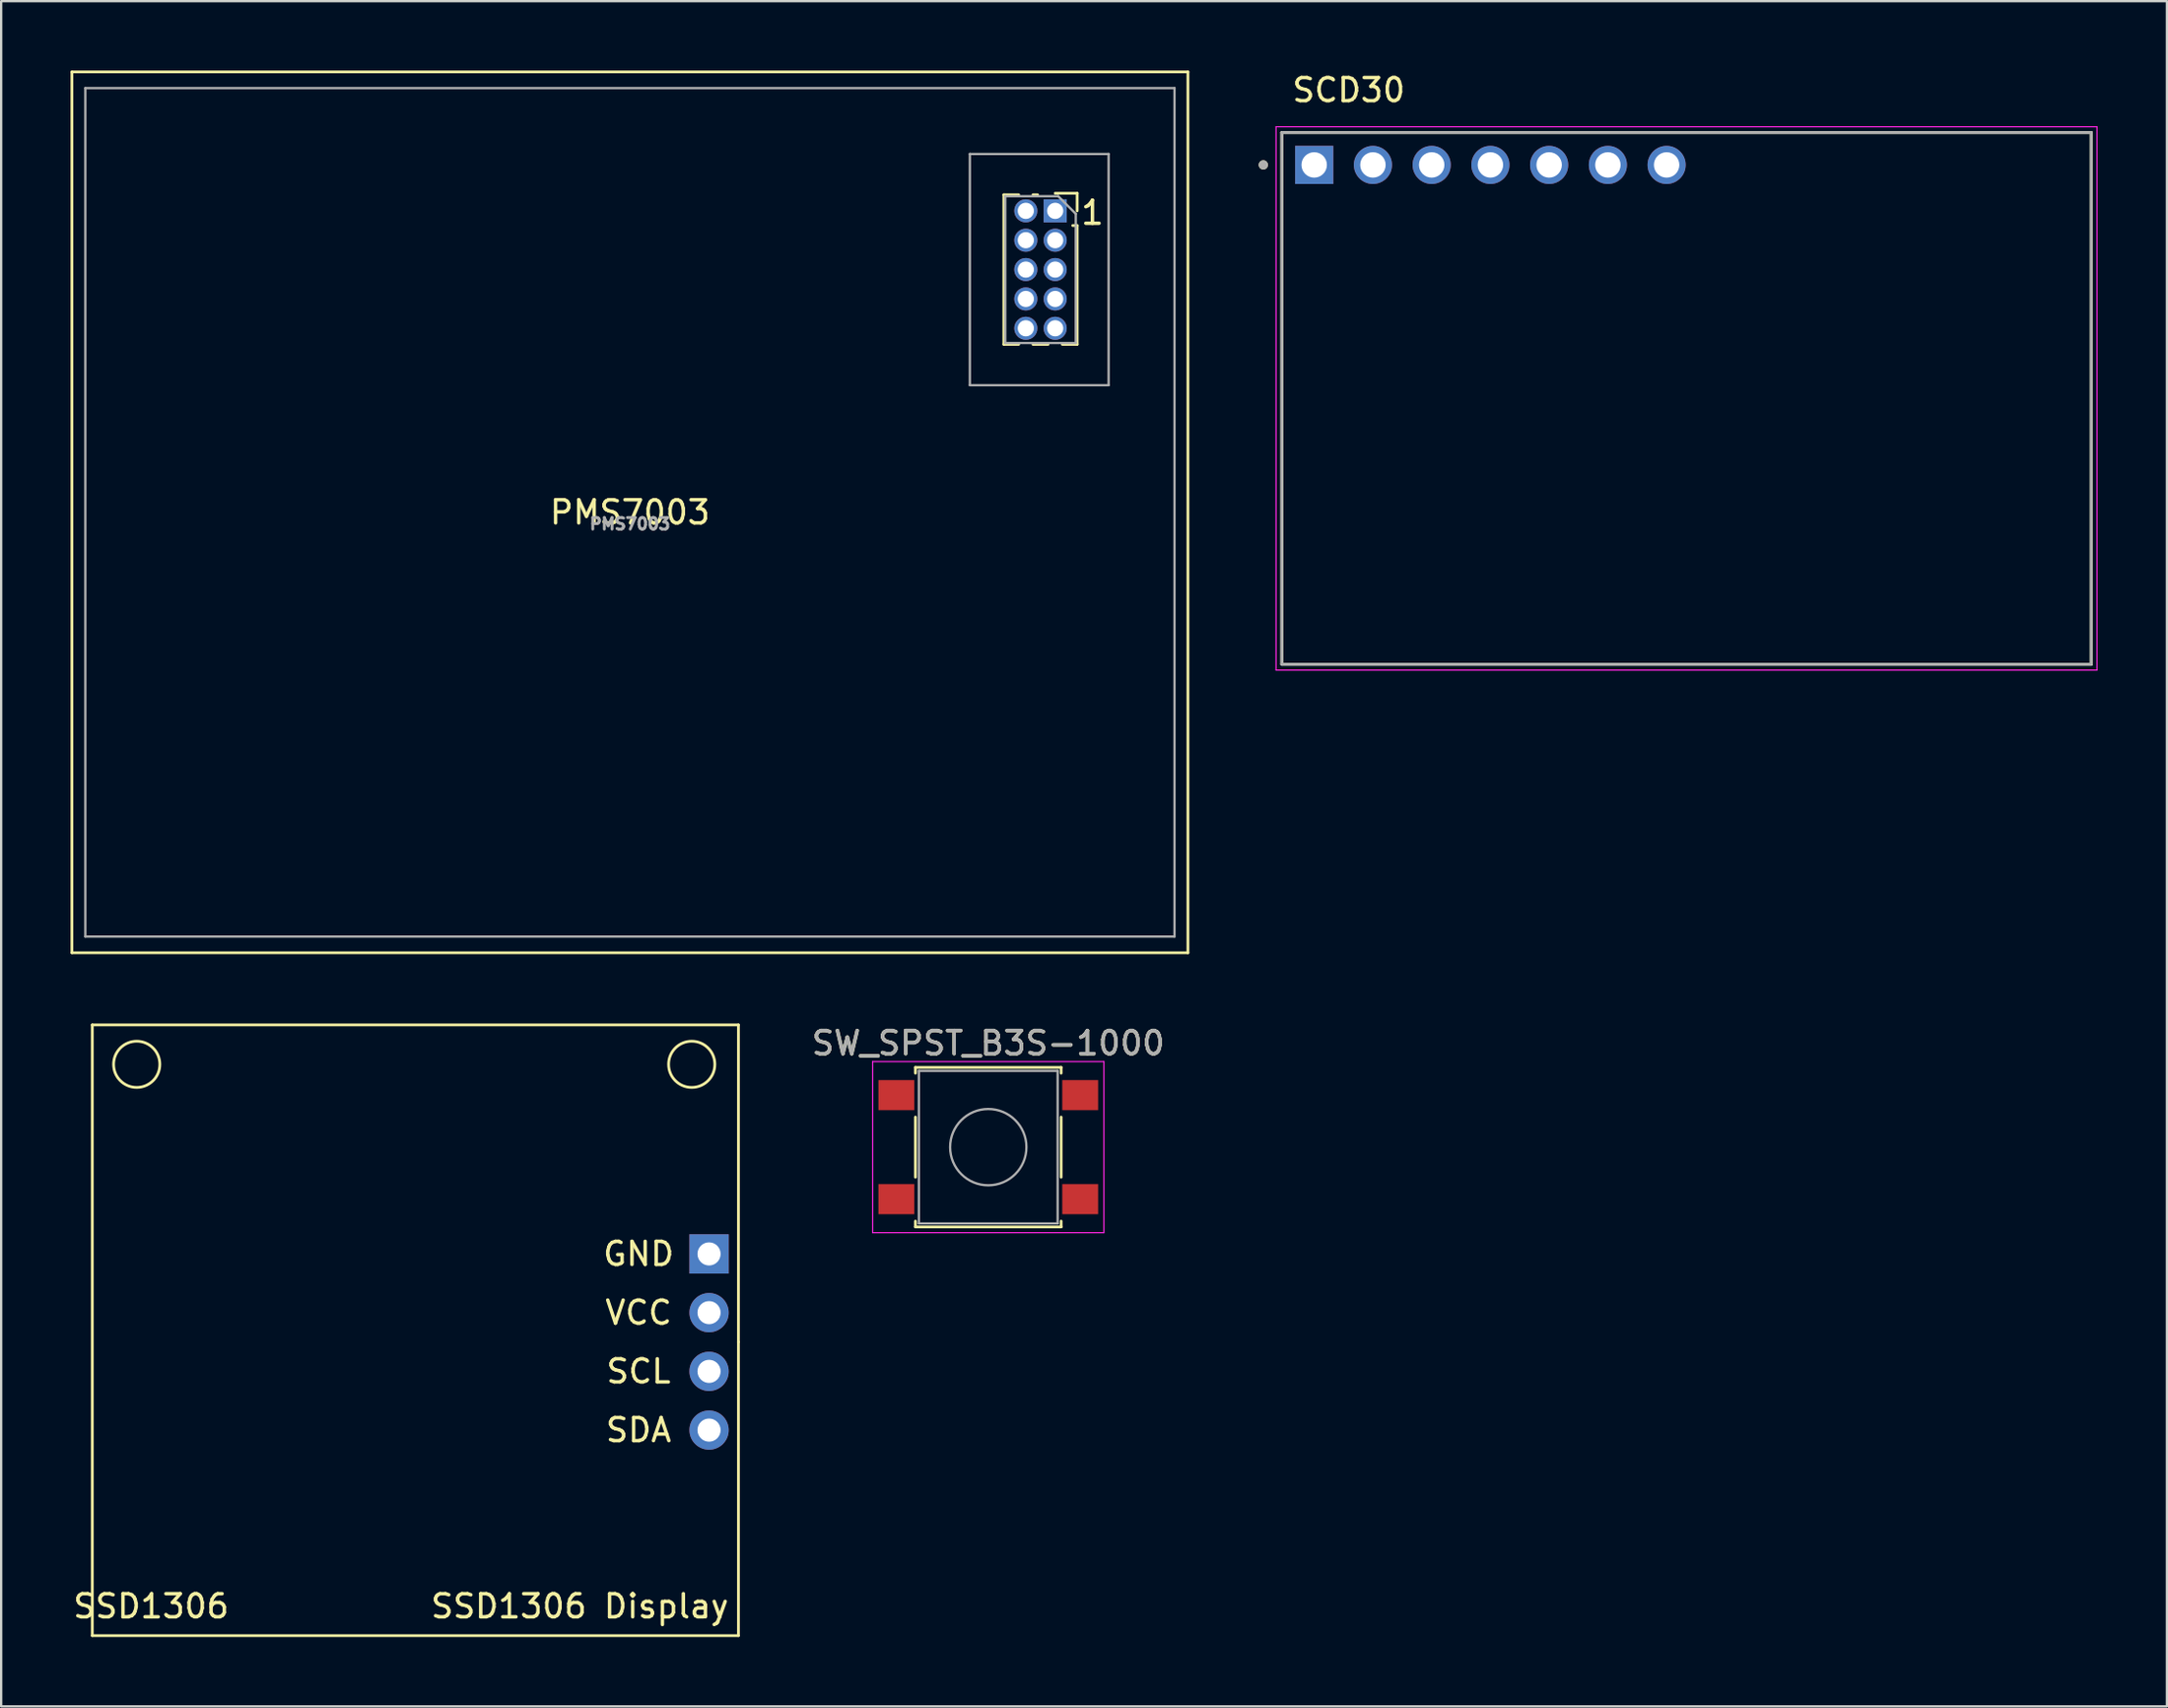
<source format=kicad_pcb>
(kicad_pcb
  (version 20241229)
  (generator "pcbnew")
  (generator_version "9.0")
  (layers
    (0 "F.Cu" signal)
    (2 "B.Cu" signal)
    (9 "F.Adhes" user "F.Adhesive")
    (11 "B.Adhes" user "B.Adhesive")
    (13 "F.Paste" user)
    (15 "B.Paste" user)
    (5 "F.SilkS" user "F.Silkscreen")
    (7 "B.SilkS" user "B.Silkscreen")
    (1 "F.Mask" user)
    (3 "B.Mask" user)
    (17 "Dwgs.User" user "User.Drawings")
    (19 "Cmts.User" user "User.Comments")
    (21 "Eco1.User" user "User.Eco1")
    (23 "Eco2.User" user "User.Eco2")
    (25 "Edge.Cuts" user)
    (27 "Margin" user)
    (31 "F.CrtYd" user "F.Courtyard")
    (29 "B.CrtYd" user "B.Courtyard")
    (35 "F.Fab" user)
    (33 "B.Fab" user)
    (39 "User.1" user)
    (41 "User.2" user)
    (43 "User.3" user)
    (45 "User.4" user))
  (footprint "SSD1306"
    (layer "F.Cu")
    (at 27.612 51.186)
    (property "Reference" "SSD1306" (at -24.13 15.24 0) (layer "F.SilkS") (effects (font (size 1 1) (thickness 0.15))))
    (attr through_hole)
    (fp_line (start -26.67 -9.906) (end -26.67 16.51) (stroke (width 0.12) (type solid)) (layer "F.SilkS"))
    (fp_line (start 1.27 -9.906) (end -26.67 -9.906) (stroke (width 0.12) (type solid)) (layer "F.SilkS"))
    (fp_line (start 1.27 3.81) (end 1.27 -9.906) (stroke (width 0.12) (type solid)) (layer "F.SilkS"))
    (fp_line (start 1.27 3.81) (end 1.27 16.51) (stroke (width 0.12) (type solid)) (layer "F.SilkS"))
    (fp_line (start 1.27 16.51) (end -26.67 16.51) (stroke (width 0.12) (type solid)) (layer "F.SilkS"))
    (fp_circle (center -24.75 -8.2) (end -23.75 -8.2) (stroke (width 0.12) (type solid)) (fill no) (layer "F.SilkS"))
    (fp_circle (center -0.75 -8.2) (end 0.25 -8.2) (stroke (width 0.12) (type solid)) (fill no) (layer "F.SilkS"))
    (fp_text user "SCL" (at -3.048 5.08 0) (layer "F.SilkS") (effects (font (size 1 1) (thickness 0.15))))
    (fp_text user "GND" (at -3.048 0 0) (layer "F.SilkS") (effects (font (size 1 1) (thickness 0.15))))
    (fp_text user "SDA" (at -3.048 7.62 0) (layer "F.SilkS") (effects (font (size 1 1) (thickness 0.15))))
    (fp_text user "VCC" (at -3.048 2.54 0) (layer "F.SilkS") (effects (font (size 1 1) (thickness 0.15))))
    (fp_text user "SSD1306 Display" (at -5.588 15.24 0) (layer "F.SilkS") (effects (font (size 1 1) (thickness 0.15))))
    (pad "1" thru_hole rect (at 0 0) (size 1.7 1.7) (drill 1) (layers "*.Cu" "*.Mask"))
    (pad "2" thru_hole circle (at 0 2.54) (size 1.7 1.7) (drill 1) (layers "*.Cu" "*.Mask"))
    (pad "3" thru_hole circle (at 0 5.08) (size 1.7 1.7) (drill 1) (layers "*.Cu" "*.Mask"))
    (pad "4" thru_hole circle (at 0 7.62) (size 1.7 1.7) (drill 1) (layers "*.Cu" "*.Mask")))
  (footprint "SW_SPST_B3S-1000"
    (layer "F.Cu")
    (at 39.686 46.568)
    (property "Reference" "SW_SPST_B3S-1000" (at 0 -4.5 0) (layer "F.SilkS") (effects (font (size 1 1) (thickness 0.15))))
    (attr smd)
    (fp_line (start -3.15 -3.45) (end 3.15 -3.45) (stroke (width 0.12) (type solid)) (layer "F.SilkS"))
    (fp_line (start -3.15 -3.2) (end -3.15 -3.45) (stroke (width 0.12) (type solid)) (layer "F.SilkS"))
    (fp_line (start -3.15 1.3) (end -3.15 -1.3) (stroke (width 0.12) (type solid)) (layer "F.SilkS"))
    (fp_line (start -3.15 3.45) (end -3.15 3.2) (stroke (width 0.12) (type solid)) (layer "F.SilkS"))
    (fp_line (start 3.15 -3.45) (end 3.15 -3.2) (stroke (width 0.12) (type solid)) (layer "F.SilkS"))
    (fp_line (start 3.15 -1.3) (end 3.15 1.3) (stroke (width 0.12) (type solid)) (layer "F.SilkS"))
    (fp_line (start 3.15 3.2) (end 3.15 3.45) (stroke (width 0.12) (type solid)) (layer "F.SilkS"))
    (fp_line (start 3.15 3.45) (end -3.15 3.45) (stroke (width 0.12) (type solid)) (layer "F.SilkS"))
    (fp_line (start -5 -3.7) (end -5 3.7) (stroke (width 0.05) (type solid)) (layer "F.CrtYd"))
    (fp_line (start -5 3.7) (end 5 3.7) (stroke (width 0.05) (type solid)) (layer "F.CrtYd"))
    (fp_line (start 5 -3.7) (end -5 -3.7) (stroke (width 0.05) (type solid)) (layer "F.CrtYd"))
    (fp_line (start 5 3.7) (end 5 -3.7) (stroke (width 0.05) (type solid)) (layer "F.CrtYd"))
    (fp_line (start -3 -3.3) (end 3 -3.3) (stroke (width 0.1) (type solid)) (layer "F.Fab"))
    (fp_line (start -3 3.3) (end -3 -3.3) (stroke (width 0.1) (type solid)) (layer "F.Fab"))
    (fp_line (start 3 -3.3) (end 3 3.3) (stroke (width 0.1) (type solid)) (layer "F.Fab"))
    (fp_line (start 3 3.3) (end -3 3.3) (stroke (width 0.1) (type solid)) (layer "F.Fab"))
    (fp_circle (center 0 0) (end 1.65 0) (stroke (width 0.1) (type solid)) (fill no) (layer "F.Fab"))
    (fp_text user "${REFERENCE}" (at 0 -4.5 0) (layer "F.Fab") (effects (font (size 1 1) (thickness 0.15))))
    (pad "1" smd rect (at -3.975 -2.25) (size 1.55 1.3) (layers "F.Cu" "F.Mask" "F.Paste"))
    (pad "1" smd rect (at 3.975 -2.25) (size 1.55 1.3) (layers "F.Cu" "F.Mask" "F.Paste"))
    (pad "2" smd rect (at -3.975 2.25) (size 1.55 1.3) (layers "F.Cu" "F.Mask" "F.Paste"))
    (pad "2" smd rect (at 3.975 2.25) (size 1.55 1.3) (layers "F.Cu" "F.Mask" "F.Paste")))
  (footprint "SCD30"
    (layer "F.Cu")
    (at 69.88 14.183)
    (property "Reference" "SCD30" (at -14.605 -13.335 0) (layer "F.SilkS") (effects (font (size 1 1) (thickness 0.15))))
    (attr through_hole)
    (fp_line (start -17.5 -11.5) (end 17.5 -11.5) (stroke (width 0.127) (type solid)) (layer "F.SilkS"))
    (fp_line (start -17.5 11.5) (end -17.5 -11.5) (stroke (width 0.127) (type solid)) (layer "F.SilkS"))
    (fp_line (start 17.5 -11.5) (end 17.5 11.5) (stroke (width 0.127) (type solid)) (layer "F.SilkS"))
    (fp_line (start 17.5 11.5) (end -17.5 11.5) (stroke (width 0.127) (type solid)) (layer "F.SilkS"))
    (fp_circle (center -18.3 -10.1) (end -18.2 -10.1) (stroke (width 0.2) (type solid)) (fill no) (layer "F.SilkS"))
    (fp_line (start -17.75 -11.75) (end 17.75 -11.75) (stroke (width 0.05) (type solid)) (layer "F.CrtYd"))
    (fp_line (start -17.75 11.75) (end -17.75 -11.75) (stroke (width 0.05) (type solid)) (layer "F.CrtYd"))
    (fp_line (start 17.75 -11.75) (end 17.75 11.75) (stroke (width 0.05) (type solid)) (layer "F.CrtYd"))
    (fp_line (start 17.75 11.75) (end -17.75 11.75) (stroke (width 0.05) (type solid)) (layer "F.CrtYd"))
    (fp_line (start -17.5 -11.5) (end 17.5 -11.5) (stroke (width 0.127) (type solid)) (layer "F.Fab"))
    (fp_line (start -17.5 11.5) (end -17.5 -11.5) (stroke (width 0.127) (type solid)) (layer "F.Fab"))
    (fp_line (start 17.5 -11.5) (end 17.5 11.5) (stroke (width 0.127) (type solid)) (layer "F.Fab"))
    (fp_line (start 17.5 11.5) (end -17.5 11.5) (stroke (width 0.127) (type solid)) (layer "F.Fab"))
    (fp_circle (center -18.3 -10.1) (end -18.2 -10.1) (stroke (width 0.2) (type solid)) (fill no) (layer "F.Fab"))
    (pad "1" thru_hole rect (at -16.1 -10.1) (size 1.65 1.65) (drill 1.1) (layers "*.Cu" "*.Mask"))
    (pad "2" thru_hole circle (at -13.56 -10.1) (size 1.65 1.65) (drill 1.1) (layers "*.Cu" "*.Mask"))
    (pad "3" thru_hole circle (at -11.02 -10.1) (size 1.65 1.65) (drill 1.1) (layers "*.Cu" "*.Mask"))
    (pad "4" thru_hole circle (at -8.48 -10.1) (size 1.65 1.65) (drill 1.1) (layers "*.Cu" "*.Mask"))
    (pad "5" thru_hole circle (at -5.94 -10.1) (size 1.65 1.65) (drill 1.1) (layers "*.Cu" "*.Mask"))
    (pad "6" thru_hole circle (at -3.4 -10.1) (size 1.65 1.65) (drill 1.1) (layers "*.Cu" "*.Mask"))
    (pad "7" thru_hole circle (at -0.86 -10.1) (size 1.65 1.65) (drill 1.1) (layers "*.Cu" "*.Mask")))
  (footprint "PMS7003"
    (layer "F.Cu")
    (at 24.19 19.11)
    (property "Reference" "PMS7003" (at 0 0.5 0) (layer "F.Fab") (effects (font (size 0.5 0.5) (thickness 0.125))))
    (attr through_hole)
    (fp_line (start -24.13 -19.05) (end 24.13 -19.05) (stroke (width 0.12) (type solid)) (layer "F.SilkS"))
    (fp_line (start -24.13 19.05) (end -24.13 -19.05) (stroke (width 0.12) (type solid)) (layer "F.SilkS"))
    (fp_line (start 16.17 -13.735) (end 16.17 -7.265) (stroke (width 0.12) (type solid)) (layer "F.SilkS"))
    (fp_line (start 16.17 -13.735) (end 16.812 -13.735) (stroke (width 0.12) (type solid)) (layer "F.SilkS"))
    (fp_line (start 16.17 -7.265) (end 16.812 -7.265) (stroke (width 0.12) (type solid)) (layer "F.SilkS"))
    (fp_line (start 17.428 -13.735) (end 17.63 -13.735) (stroke (width 0.12) (type solid)) (layer "F.SilkS"))
    (fp_line (start 17.428 -7.265) (end 18.082 -7.265) (stroke (width 0.12) (type solid)) (layer "F.SilkS"))
    (fp_line (start 18.39 -13.8) (end 19.34 -13.8) (stroke (width 0.12) (type solid)) (layer "F.SilkS"))
    (fp_line (start 18.698 -7.265) (end 19.34 -7.265) (stroke (width 0.12) (type solid)) (layer "F.SilkS"))
    (fp_line (start 19.15 -12.405) (end 19.34 -12.405) (stroke (width 0.12) (type solid)) (layer "F.SilkS"))
    (fp_line (start 19.34 -13.8) (end 19.34 -13.04) (stroke (width 0.12) (type solid)) (layer "F.SilkS"))
    (fp_line (start 19.34 -12.405) (end 19.34 -7.265) (stroke (width 0.12) (type solid)) (layer "F.SilkS"))
    (fp_line (start 24.13 -19.05) (end 24.13 19.05) (stroke (width 0.12) (type solid)) (layer "F.SilkS"))
    (fp_line (start 24.13 19.05) (end -24.13 19.05) (stroke (width 0.12) (type solid)) (layer "F.SilkS"))
    (fp_line (start -23.55 -18.35) (end 23.55 -18.35) (stroke (width 0.1) (type solid)) (layer "F.Fab"))
    (fp_line (start -23.55 18.35) (end -23.55 -18.35) (stroke (width 0.1) (type solid)) (layer "F.Fab"))
    (fp_line (start 14.7 -15.5) (end 14.7 -5.5) (stroke (width 0.1) (type solid)) (layer "F.Fab"))
    (fp_line (start 14.7 -5.5) (end 20.7 -5.5) (stroke (width 0.1) (type solid)) (layer "F.Fab"))
    (fp_line (start 16.23 -13.675) (end 18.517 -13.675) (stroke (width 0.1) (type solid)) (layer "F.Fab"))
    (fp_line (start 16.23 -7.325) (end 16.23 -13.675) (stroke (width 0.1) (type solid)) (layer "F.Fab"))
    (fp_line (start 18.517 -13.675) (end 19.28 -12.912) (stroke (width 0.1) (type solid)) (layer "F.Fab"))
    (fp_line (start 19.28 -12.912) (end 19.28 -7.325) (stroke (width 0.1) (type solid)) (layer "F.Fab"))
    (fp_line (start 19.28 -7.325) (end 16.23 -7.325) (stroke (width 0.1) (type solid)) (layer "F.Fab"))
    (fp_line (start 20.7 -15.5) (end 14.7 -15.5) (stroke (width 0.1) (type solid)) (layer "F.Fab"))
    (fp_line (start 20.7 -5.5) (end 20.7 -15.5) (stroke (width 0.1) (type solid)) (layer "F.Fab"))
    (fp_line (start 23.55 -18.35) (end 23.55 18.35) (stroke (width 0.1) (type solid)) (layer "F.Fab"))
    (fp_line (start 23.55 18.35) (end -23.55 18.35) (stroke (width 0.1) (type solid)) (layer "F.Fab"))
    (fp_text user "PMS7003" (at 0 0 0) (layer "F.SilkS") (effects (font (size 1 1) (thickness 0.15))))
    (fp_text user "1" (at 20 -12.96 0) (layer "F.SilkS") (effects (font (size 1 1) (thickness 0.15))))
    (pad "1" thru_hole rect (at 18.39 -13.04) (size 1 1) (drill 0.7) (layers "*.Cu" "*.Mask"))
    (pad "2" thru_hole oval (at 17.12 -13.04) (size 1 1) (drill 0.7) (layers "*.Cu" "*.Mask"))
    (pad "3" thru_hole oval (at 18.39 -11.77) (size 1 1) (drill 0.7) (layers "*.Cu" "*.Mask"))
    (pad "4" thru_hole oval (at 17.12 -11.77) (size 1 1) (drill 0.7) (layers "*.Cu" "*.Mask"))
    (pad "5" thru_hole oval (at 18.39 -10.5) (size 1 1) (drill 0.7) (layers "*.Cu" "*.Mask"))
    (pad "6" thru_hole oval (at 17.12 -10.5) (size 1 1) (drill 0.7) (layers "*.Cu" "*.Mask"))
    (pad "7" thru_hole oval (at 18.39 -9.23) (size 1 1) (drill 0.7) (layers "*.Cu" "*.Mask"))
    (pad "8" thru_hole oval (at 17.12 -9.23) (size 1 1) (drill 0.7) (layers "*.Cu" "*.Mask"))
    (pad "9" thru_hole oval (at 18.39 -7.96) (size 1 1) (drill 0.7) (layers "*.Cu" "*.Mask"))
    (pad "10" thru_hole oval (at 17.12 -7.96) (size 1 1) (drill 0.7) (layers "*.Cu" "*.Mask")))
  (gr_rect
    (start -3 -3)
    (end 90.655 70.756)
    (stroke (width 0.1) (type default))
    (fill no)
    (layer "Edge.Cuts")))
</source>
